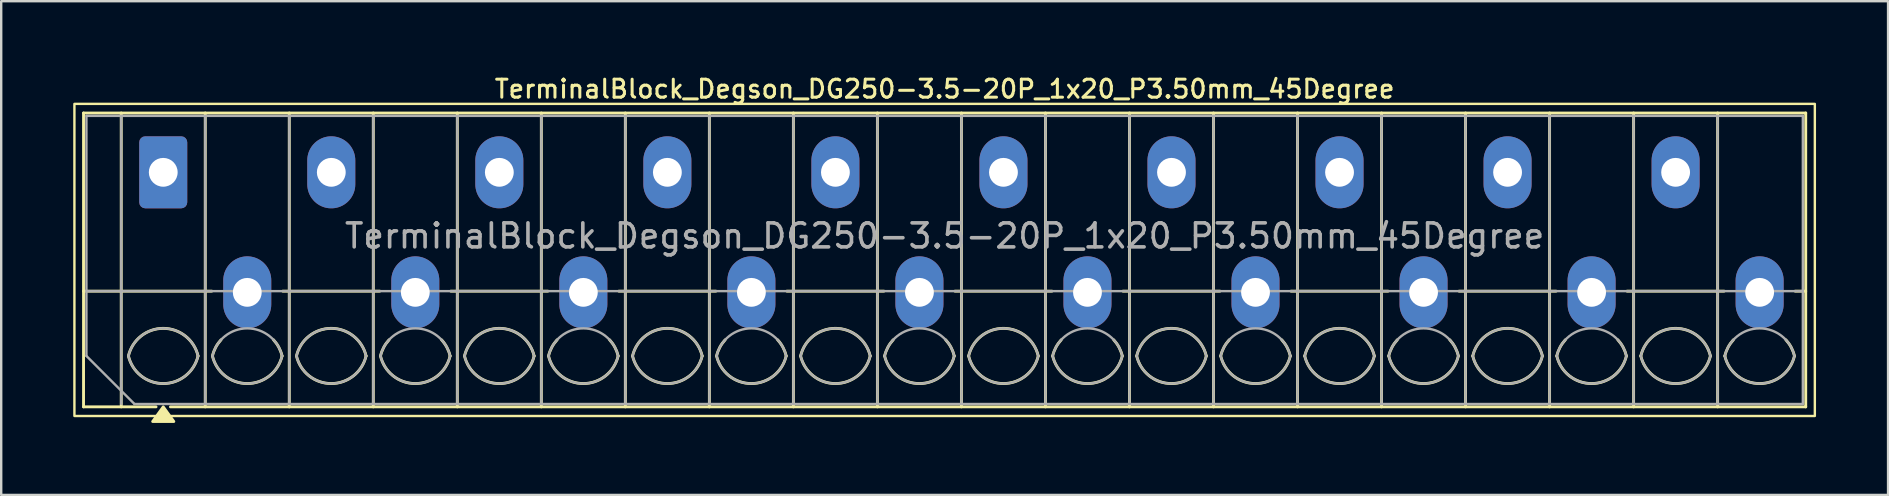
<source format=kicad_pcb>
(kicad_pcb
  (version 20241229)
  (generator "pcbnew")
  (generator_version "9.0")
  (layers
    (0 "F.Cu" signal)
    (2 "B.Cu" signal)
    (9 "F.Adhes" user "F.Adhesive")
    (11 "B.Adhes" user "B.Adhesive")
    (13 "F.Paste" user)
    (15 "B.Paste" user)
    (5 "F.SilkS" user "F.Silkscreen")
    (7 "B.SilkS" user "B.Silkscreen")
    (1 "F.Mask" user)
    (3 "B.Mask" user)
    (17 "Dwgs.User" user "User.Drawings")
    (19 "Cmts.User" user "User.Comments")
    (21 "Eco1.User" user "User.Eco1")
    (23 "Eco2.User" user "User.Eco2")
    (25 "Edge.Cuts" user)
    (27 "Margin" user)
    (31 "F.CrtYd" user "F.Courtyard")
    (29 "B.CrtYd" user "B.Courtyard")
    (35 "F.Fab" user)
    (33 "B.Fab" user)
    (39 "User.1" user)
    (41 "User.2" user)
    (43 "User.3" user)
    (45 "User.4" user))
  (footprint "TerminalBlock_Degson_DG250-3.5-20P_1x20_P3.50mm_45Degree"
    (layer "F.Cu")
    (at 3.75 4.128)
    (property "Reference" "TerminalBlock_Degson_DG250-3.5-20P_1x20_P3.50mm_45Degree" (at 32.55 -3.47 0) (layer "F.SilkS") (effects (font (size 0.75 0.75) (thickness 0.125))))
    (attr through_hole)
    (fp_line (start -3.32 -2.47) (end 68.42 -2.47) (stroke (width 0.12) (type solid)) (layer "F.SilkS"))
    (fp_line (start -3.32 4.95) (end 2.02 4.95) (stroke (width 0.12) (type solid)) (layer "F.SilkS"))
    (fp_line (start -3.32 9.77) (end -3.32 -2.47) (stroke (width 0.12) (type solid)) (layer "F.SilkS"))
    (fp_line (start -1.75 -2.47) (end -1.75 9.77) (stroke (width 0.12) (type solid)) (layer "F.SilkS"))
    (fp_line (start -0.3 9.77) (end -3.32 9.77) (stroke (width 0.12) (type solid)) (layer "F.SilkS"))
    (fp_line (start 1.75 -2.47) (end 1.75 9.77) (stroke (width 0.12) (type solid)) (layer "F.SilkS"))
    (fp_line (start 4.98 4.95) (end 9.02 4.95) (stroke (width 0.12) (type solid)) (layer "F.SilkS"))
    (fp_line (start 5.25 -2.47) (end 5.25 9.77) (stroke (width 0.12) (type solid)) (layer "F.SilkS"))
    (fp_line (start 8.75 -2.47) (end 8.75 9.77) (stroke (width 0.12) (type solid)) (layer "F.SilkS"))
    (fp_line (start 11.98 4.95) (end 16.02 4.95) (stroke (width 0.12) (type solid)) (layer "F.SilkS"))
    (fp_line (start 12.25 -2.47) (end 12.25 9.77) (stroke (width 0.12) (type solid)) (layer "F.SilkS"))
    (fp_line (start 15.75 -2.47) (end 15.75 9.77) (stroke (width 0.12) (type solid)) (layer "F.SilkS"))
    (fp_line (start 18.98 4.95) (end 23.02 4.95) (stroke (width 0.12) (type solid)) (layer "F.SilkS"))
    (fp_line (start 19.25 -2.47) (end 19.25 9.77) (stroke (width 0.12) (type solid)) (layer "F.SilkS"))
    (fp_line (start 22.75 -2.47) (end 22.75 9.77) (stroke (width 0.12) (type solid)) (layer "F.SilkS"))
    (fp_line (start 25.98 4.95) (end 30.02 4.95) (stroke (width 0.12) (type solid)) (layer "F.SilkS"))
    (fp_line (start 26.25 -2.47) (end 26.25 9.77) (stroke (width 0.12) (type solid)) (layer "F.SilkS"))
    (fp_line (start 29.75 -2.47) (end 29.75 9.77) (stroke (width 0.12) (type solid)) (layer "F.SilkS"))
    (fp_line (start 32.98 4.95) (end 37.02 4.95) (stroke (width 0.12) (type solid)) (layer "F.SilkS"))
    (fp_line (start 33.25 -2.47) (end 33.25 9.77) (stroke (width 0.12) (type solid)) (layer "F.SilkS"))
    (fp_line (start 36.75 -2.47) (end 36.75 9.77) (stroke (width 0.12) (type solid)) (layer "F.SilkS"))
    (fp_line (start 39.98 4.95) (end 44.02 4.95) (stroke (width 0.12) (type solid)) (layer "F.SilkS"))
    (fp_line (start 40.25 -2.47) (end 40.25 9.77) (stroke (width 0.12) (type solid)) (layer "F.SilkS"))
    (fp_line (start 43.75 -2.47) (end 43.75 9.77) (stroke (width 0.12) (type solid)) (layer "F.SilkS"))
    (fp_line (start 46.98 4.95) (end 51.02 4.95) (stroke (width 0.12) (type solid)) (layer "F.SilkS"))
    (fp_line (start 47.25 -2.47) (end 47.25 9.77) (stroke (width 0.12) (type solid)) (layer "F.SilkS"))
    (fp_line (start 50.75 -2.47) (end 50.75 9.77) (stroke (width 0.12) (type solid)) (layer "F.SilkS"))
    (fp_line (start 53.98 4.95) (end 58.02 4.95) (stroke (width 0.12) (type solid)) (layer "F.SilkS"))
    (fp_line (start 54.25 -2.47) (end 54.25 9.77) (stroke (width 0.12) (type solid)) (layer "F.SilkS"))
    (fp_line (start 57.75 -2.47) (end 57.75 9.77) (stroke (width 0.12) (type solid)) (layer "F.SilkS"))
    (fp_line (start 60.98 4.95) (end 65.02 4.95) (stroke (width 0.12) (type solid)) (layer "F.SilkS"))
    (fp_line (start 61.25 -2.47) (end 61.25 9.77) (stroke (width 0.12) (type solid)) (layer "F.SilkS"))
    (fp_line (start 64.75 -2.47) (end 64.75 9.77) (stroke (width 0.12) (type solid)) (layer "F.SilkS"))
    (fp_line (start 67.98 4.95) (end 68.42 4.95) (stroke (width 0.12) (type solid)) (layer "F.SilkS"))
    (fp_line (start 68.42 -2.47) (end 68.42 9.77) (stroke (width 0.12) (type solid)) (layer "F.SilkS"))
    (fp_line (start 68.42 9.77) (end 0.3 9.77) (stroke (width 0.12) (type solid)) (layer "F.SilkS"))
    (fp_rect (start -3.7 -2.85) (end 68.8 10.15) (stroke (width 0.1) (type solid)) (fill no) (layer "F.SilkS"))
    (fp_arc (start -1.45 7.65) (mid 0 6.5) (end 1.45 7.65) (stroke (width 0.12) (type solid)) (layer "F.SilkS"))
    (fp_arc (start 1.45 7.65) (mid 0 8.8) (end -1.45 7.65) (stroke (width 0.12) (type solid)) (layer "F.SilkS"))
    (fp_arc (start 2.05 7.65) (mid 2.18402 7.291962) (end 2.405 6.98) (stroke (width 0.12) (type solid)) (layer "F.SilkS"))
    (fp_arc (start 4.595 6.98) (mid 4.81598 7.291962) (end 4.95 7.65) (stroke (width 0.12) (type solid)) (layer "F.SilkS"))
    (fp_arc (start 4.95 7.65) (mid 3.5 8.8) (end 2.05 7.65) (stroke (width 0.12) (type solid)) (layer "F.SilkS"))
    (fp_arc (start 5.55 7.65) (mid 7 6.5) (end 8.45 7.65) (stroke (width 0.12) (type solid)) (layer "F.SilkS"))
    (fp_arc (start 8.45 7.65) (mid 7 8.8) (end 5.55 7.65) (stroke (width 0.12) (type solid)) (layer "F.SilkS"))
    (fp_arc (start 9.05 7.65) (mid 9.18402 7.291962) (end 9.405 6.98) (stroke (width 0.12) (type solid)) (layer "F.SilkS"))
    (fp_arc (start 11.595 6.98) (mid 11.81598 7.291962) (end 11.95 7.65) (stroke (width 0.12) (type solid)) (layer "F.SilkS"))
    (fp_arc (start 11.95 7.65) (mid 10.5 8.8) (end 9.05 7.65) (stroke (width 0.12) (type solid)) (layer "F.SilkS"))
    (fp_arc (start 12.55 7.65) (mid 14 6.5) (end 15.45 7.65) (stroke (width 0.12) (type solid)) (layer "F.SilkS"))
    (fp_arc (start 15.45 7.65) (mid 14 8.8) (end 12.55 7.65) (stroke (width 0.12) (type solid)) (layer "F.SilkS"))
    (fp_arc (start 16.05 7.65) (mid 16.18402 7.291962) (end 16.405 6.98) (stroke (width 0.12) (type solid)) (layer "F.SilkS"))
    (fp_arc (start 18.595 6.98) (mid 18.81598 7.291962) (end 18.95 7.65) (stroke (width 0.12) (type solid)) (layer "F.SilkS"))
    (fp_arc (start 18.95 7.65) (mid 17.5 8.8) (end 16.05 7.65) (stroke (width 0.12) (type solid)) (layer "F.SilkS"))
    (fp_arc (start 19.55 7.65) (mid 21 6.5) (end 22.45 7.65) (stroke (width 0.12) (type solid)) (layer "F.SilkS"))
    (fp_arc (start 22.45 7.65) (mid 21 8.8) (end 19.55 7.65) (stroke (width 0.12) (type solid)) (layer "F.SilkS"))
    (fp_arc (start 23.05 7.65) (mid 23.18402 7.291962) (end 23.405 6.98) (stroke (width 0.12) (type solid)) (layer "F.SilkS"))
    (fp_arc (start 25.595 6.98) (mid 25.81598 7.291962) (end 25.95 7.65) (stroke (width 0.12) (type solid)) (layer "F.SilkS"))
    (fp_arc (start 25.95 7.65) (mid 24.5 8.8) (end 23.05 7.65) (stroke (width 0.12) (type solid)) (layer "F.SilkS"))
    (fp_arc (start 26.55 7.65) (mid 28 6.5) (end 29.45 7.65) (stroke (width 0.12) (type solid)) (layer "F.SilkS"))
    (fp_arc (start 29.45 7.65) (mid 28 8.8) (end 26.55 7.65) (stroke (width 0.12) (type solid)) (layer "F.SilkS"))
    (fp_arc (start 30.05 7.65) (mid 30.18402 7.291962) (end 30.405 6.98) (stroke (width 0.12) (type solid)) (layer "F.SilkS"))
    (fp_arc (start 32.595 6.98) (mid 32.81598 7.291962) (end 32.95 7.65) (stroke (width 0.12) (type solid)) (layer "F.SilkS"))
    (fp_arc (start 32.95 7.65) (mid 31.5 8.8) (end 30.05 7.65) (stroke (width 0.12) (type solid)) (layer "F.SilkS"))
    (fp_arc (start 33.55 7.65) (mid 35 6.5) (end 36.45 7.65) (stroke (width 0.12) (type solid)) (layer "F.SilkS"))
    (fp_arc (start 36.45 7.65) (mid 35 8.8) (end 33.55 7.65) (stroke (width 0.12) (type solid)) (layer "F.SilkS"))
    (fp_arc (start 37.05 7.65) (mid 37.18402 7.291962) (end 37.405 6.98) (stroke (width 0.12) (type solid)) (layer "F.SilkS"))
    (fp_arc (start 39.595 6.98) (mid 39.81598 7.291962) (end 39.95 7.65) (stroke (width 0.12) (type solid)) (layer "F.SilkS"))
    (fp_arc (start 39.95 7.65) (mid 38.5 8.8) (end 37.05 7.65) (stroke (width 0.12) (type solid)) (layer "F.SilkS"))
    (fp_arc (start 40.55 7.65) (mid 42 6.5) (end 43.45 7.65) (stroke (width 0.12) (type solid)) (layer "F.SilkS"))
    (fp_arc (start 43.45 7.65) (mid 42 8.8) (end 40.55 7.65) (stroke (width 0.12) (type solid)) (layer "F.SilkS"))
    (fp_arc (start 44.05 7.65) (mid 44.18402 7.291962) (end 44.405 6.98) (stroke (width 0.12) (type solid)) (layer "F.SilkS"))
    (fp_arc (start 46.595 6.98) (mid 46.81598 7.291962) (end 46.95 7.65) (stroke (width 0.12) (type solid)) (layer "F.SilkS"))
    (fp_arc (start 46.95 7.65) (mid 45.5 8.8) (end 44.05 7.65) (stroke (width 0.12) (type solid)) (layer "F.SilkS"))
    (fp_arc (start 47.55 7.65) (mid 49 6.5) (end 50.45 7.65) (stroke (width 0.12) (type solid)) (layer "F.SilkS"))
    (fp_arc (start 50.45 7.65) (mid 49 8.8) (end 47.55 7.65) (stroke (width 0.12) (type solid)) (layer "F.SilkS"))
    (fp_arc (start 51.05 7.65) (mid 51.18402 7.291962) (end 51.405 6.98) (stroke (width 0.12) (type solid)) (layer "F.SilkS"))
    (fp_arc (start 53.595 6.98) (mid 53.81598 7.291962) (end 53.95 7.65) (stroke (width 0.12) (type solid)) (layer "F.SilkS"))
    (fp_arc (start 53.95 7.65) (mid 52.5 8.8) (end 51.05 7.65) (stroke (width 0.12) (type solid)) (layer "F.SilkS"))
    (fp_arc (start 54.55 7.65) (mid 56 6.5) (end 57.45 7.65) (stroke (width 0.12) (type solid)) (layer "F.SilkS"))
    (fp_arc (start 57.45 7.65) (mid 56 8.8) (end 54.55 7.65) (stroke (width 0.12) (type solid)) (layer "F.SilkS"))
    (fp_arc (start 58.05 7.65) (mid 58.18402 7.291962) (end 58.405 6.98) (stroke (width 0.12) (type solid)) (layer "F.SilkS"))
    (fp_arc (start 60.595 6.98) (mid 60.81598 7.291962) (end 60.95 7.65) (stroke (width 0.12) (type solid)) (layer "F.SilkS"))
    (fp_arc (start 60.95 7.65) (mid 59.5 8.8) (end 58.05 7.65) (stroke (width 0.12) (type solid)) (layer "F.SilkS"))
    (fp_arc (start 61.55 7.65) (mid 63 6.5) (end 64.45 7.65) (stroke (width 0.12) (type solid)) (layer "F.SilkS"))
    (fp_arc (start 64.45 7.65) (mid 63 8.8) (end 61.55 7.65) (stroke (width 0.12) (type solid)) (layer "F.SilkS"))
    (fp_arc (start 65.05 7.65) (mid 65.18402 7.291962) (end 65.405 6.98) (stroke (width 0.12) (type solid)) (layer "F.SilkS"))
    (fp_arc (start 67.595 6.98) (mid 67.81598 7.291962) (end 67.95 7.65) (stroke (width 0.12) (type solid)) (layer "F.SilkS"))
    (fp_arc (start 67.95 7.65) (mid 66.5 8.8) (end 65.05 7.65) (stroke (width 0.12) (type solid)) (layer "F.SilkS"))
    (fp_poly (pts (xy 0 9.77) (xy 0.44 10.38) (xy -0.44 10.38)) (stroke (width 0.12) (type solid)) (fill yes) (layer "F.SilkS"))
    (fp_line (start -3.2 -2.35) (end 68.3 -2.35) (stroke (width 0.1) (type solid)) (layer "F.Fab"))
    (fp_line (start -3.2 4.95) (end 68.3 4.95) (stroke (width 0.1) (type solid)) (layer "F.Fab"))
    (fp_line (start -3.2 7.65) (end -3.2 -2.35) (stroke (width 0.1) (type solid)) (layer "F.Fab"))
    (fp_line (start -1.75 -2.35) (end -1.75 9.65) (stroke (width 0.1) (type solid)) (layer "F.Fab"))
    (fp_line (start -1.2 9.65) (end -3.2 7.65) (stroke (width 0.1) (type solid)) (layer "F.Fab"))
    (fp_line (start 1.75 -2.35) (end 1.75 9.65) (stroke (width 0.1) (type solid)) (layer "F.Fab"))
    (fp_line (start 5.25 -2.35) (end 5.25 9.65) (stroke (width 0.1) (type solid)) (layer "F.Fab"))
    (fp_line (start 8.75 -2.35) (end 8.75 9.65) (stroke (width 0.1) (type solid)) (layer "F.Fab"))
    (fp_line (start 12.25 -2.35) (end 12.25 9.65) (stroke (width 0.1) (type solid)) (layer "F.Fab"))
    (fp_line (start 15.75 -2.35) (end 15.75 9.65) (stroke (width 0.1) (type solid)) (layer "F.Fab"))
    (fp_line (start 19.25 -2.35) (end 19.25 9.65) (stroke (width 0.1) (type solid)) (layer "F.Fab"))
    (fp_line (start 22.75 -2.35) (end 22.75 9.65) (stroke (width 0.1) (type solid)) (layer "F.Fab"))
    (fp_line (start 26.25 -2.35) (end 26.25 9.65) (stroke (width 0.1) (type solid)) (layer "F.Fab"))
    (fp_line (start 29.75 -2.35) (end 29.75 9.65) (stroke (width 0.1) (type solid)) (layer "F.Fab"))
    (fp_line (start 33.25 -2.35) (end 33.25 9.65) (stroke (width 0.1) (type solid)) (layer "F.Fab"))
    (fp_line (start 36.75 -2.35) (end 36.75 9.65) (stroke (width 0.1) (type solid)) (layer "F.Fab"))
    (fp_line (start 40.25 -2.35) (end 40.25 9.65) (stroke (width 0.1) (type solid)) (layer "F.Fab"))
    (fp_line (start 43.75 -2.35) (end 43.75 9.65) (stroke (width 0.1) (type solid)) (layer "F.Fab"))
    (fp_line (start 47.25 -2.35) (end 47.25 9.65) (stroke (width 0.1) (type solid)) (layer "F.Fab"))
    (fp_line (start 50.75 -2.35) (end 50.75 9.65) (stroke (width 0.1) (type solid)) (layer "F.Fab"))
    (fp_line (start 54.25 -2.35) (end 54.25 9.65) (stroke (width 0.1) (type solid)) (layer "F.Fab"))
    (fp_line (start 57.75 -2.35) (end 57.75 9.65) (stroke (width 0.1) (type solid)) (layer "F.Fab"))
    (fp_line (start 61.25 -2.35) (end 61.25 9.65) (stroke (width 0.1) (type solid)) (layer "F.Fab"))
    (fp_line (start 64.75 -2.35) (end 64.75 9.65) (stroke (width 0.1) (type solid)) (layer "F.Fab"))
    (fp_line (start 68.3 -2.35) (end 68.3 9.65) (stroke (width 0.1) (type solid)) (layer "F.Fab"))
    (fp_line (start 68.3 9.65) (end -1.2 9.65) (stroke (width 0.1) (type solid)) (layer "F.Fab"))
    (fp_arc (start -1.45 7.65) (mid 0 6.5) (end 1.45 7.65) (stroke (width 0.1) (type solid)) (layer "F.Fab"))
    (fp_arc (start 1.45 7.65) (mid 0 8.8) (end -1.45 7.65) (stroke (width 0.1) (type solid)) (layer "F.Fab"))
    (fp_arc (start 2.05 7.65) (mid 3.5 6.5) (end 4.95 7.65) (stroke (width 0.1) (type solid)) (layer "F.Fab"))
    (fp_arc (start 4.95 7.65) (mid 3.5 8.8) (end 2.05 7.65) (stroke (width 0.1) (type solid)) (layer "F.Fab"))
    (fp_arc (start 5.55 7.65) (mid 7 6.5) (end 8.45 7.65) (stroke (width 0.1) (type solid)) (layer "F.Fab"))
    (fp_arc (start 8.45 7.65) (mid 7 8.8) (end 5.55 7.65) (stroke (width 0.1) (type solid)) (layer "F.Fab"))
    (fp_arc (start 9.05 7.65) (mid 10.5 6.5) (end 11.95 7.65) (stroke (width 0.1) (type solid)) (layer "F.Fab"))
    (fp_arc (start 11.95 7.65) (mid 10.5 8.8) (end 9.05 7.65) (stroke (width 0.1) (type solid)) (layer "F.Fab"))
    (fp_arc (start 12.55 7.65) (mid 14 6.5) (end 15.45 7.65) (stroke (width 0.1) (type solid)) (layer "F.Fab"))
    (fp_arc (start 15.45 7.65) (mid 14 8.8) (end 12.55 7.65) (stroke (width 0.1) (type solid)) (layer "F.Fab"))
    (fp_arc (start 16.05 7.65) (mid 17.5 6.5) (end 18.95 7.65) (stroke (width 0.1) (type solid)) (layer "F.Fab"))
    (fp_arc (start 18.95 7.65) (mid 17.5 8.8) (end 16.05 7.65) (stroke (width 0.1) (type solid)) (layer "F.Fab"))
    (fp_arc (start 19.55 7.65) (mid 21 6.5) (end 22.45 7.65) (stroke (width 0.1) (type solid)) (layer "F.Fab"))
    (fp_arc (start 22.45 7.65) (mid 21 8.8) (end 19.55 7.65) (stroke (width 0.1) (type solid)) (layer "F.Fab"))
    (fp_arc (start 23.05 7.65) (mid 24.5 6.5) (end 25.95 7.65) (stroke (width 0.1) (type solid)) (layer "F.Fab"))
    (fp_arc (start 25.95 7.65) (mid 24.5 8.8) (end 23.05 7.65) (stroke (width 0.1) (type solid)) (layer "F.Fab"))
    (fp_arc (start 26.55 7.65) (mid 28 6.5) (end 29.45 7.65) (stroke (width 0.1) (type solid)) (layer "F.Fab"))
    (fp_arc (start 29.45 7.65) (mid 28 8.8) (end 26.55 7.65) (stroke (width 0.1) (type solid)) (layer "F.Fab"))
    (fp_arc (start 30.05 7.65) (mid 31.5 6.5) (end 32.95 7.65) (stroke (width 0.1) (type solid)) (layer "F.Fab"))
    (fp_arc (start 32.95 7.65) (mid 31.5 8.8) (end 30.05 7.65) (stroke (width 0.1) (type solid)) (layer "F.Fab"))
    (fp_arc (start 33.55 7.65) (mid 35 6.5) (end 36.45 7.65) (stroke (width 0.1) (type solid)) (layer "F.Fab"))
    (fp_arc (start 36.45 7.65) (mid 35 8.8) (end 33.55 7.65) (stroke (width 0.1) (type solid)) (layer "F.Fab"))
    (fp_arc (start 37.05 7.65) (mid 38.5 6.5) (end 39.95 7.65) (stroke (width 0.1) (type solid)) (layer "F.Fab"))
    (fp_arc (start 39.95 7.65) (mid 38.5 8.8) (end 37.05 7.65) (stroke (width 0.1) (type solid)) (layer "F.Fab"))
    (fp_arc (start 40.55 7.65) (mid 42 6.5) (end 43.45 7.65) (stroke (width 0.1) (type solid)) (layer "F.Fab"))
    (fp_arc (start 43.45 7.65) (mid 42 8.8) (end 40.55 7.65) (stroke (width 0.1) (type solid)) (layer "F.Fab"))
    (fp_arc (start 44.05 7.65) (mid 45.5 6.5) (end 46.95 7.65) (stroke (width 0.1) (type solid)) (layer "F.Fab"))
    (fp_arc (start 46.95 7.65) (mid 45.5 8.8) (end 44.05 7.65) (stroke (width 0.1) (type solid)) (layer "F.Fab"))
    (fp_arc (start 47.55 7.65) (mid 49 6.5) (end 50.45 7.65) (stroke (width 0.1) (type solid)) (layer "F.Fab"))
    (fp_arc (start 50.45 7.65) (mid 49 8.8) (end 47.55 7.65) (stroke (width 0.1) (type solid)) (layer "F.Fab"))
    (fp_arc (start 51.05 7.65) (mid 52.5 6.5) (end 53.95 7.65) (stroke (width 0.1) (type solid)) (layer "F.Fab"))
    (fp_arc (start 53.95 7.65) (mid 52.5 8.8) (end 51.05 7.65) (stroke (width 0.1) (type solid)) (layer "F.Fab"))
    (fp_arc (start 54.55 7.65) (mid 56 6.5) (end 57.45 7.65) (stroke (width 0.1) (type solid)) (layer "F.Fab"))
    (fp_arc (start 57.45 7.65) (mid 56 8.8) (end 54.55 7.65) (stroke (width 0.1) (type solid)) (layer "F.Fab"))
    (fp_arc (start 58.05 7.65) (mid 59.5 6.5) (end 60.95 7.65) (stroke (width 0.1) (type solid)) (layer "F.Fab"))
    (fp_arc (start 60.95 7.65) (mid 59.5 8.8) (end 58.05 7.65) (stroke (width 0.1) (type solid)) (layer "F.Fab"))
    (fp_arc (start 61.55 7.65) (mid 63 6.5) (end 64.45 7.65) (stroke (width 0.1) (type solid)) (layer "F.Fab"))
    (fp_arc (start 64.45 7.65) (mid 63 8.8) (end 61.55 7.65) (stroke (width 0.1) (type solid)) (layer "F.Fab"))
    (fp_arc (start 65.05 7.65) (mid 66.5 6.5) (end 67.95 7.65) (stroke (width 0.1) (type solid)) (layer "F.Fab"))
    (fp_arc (start 67.95 7.65) (mid 66.5 8.8) (end 65.05 7.65) (stroke (width 0.1) (type solid)) (layer "F.Fab"))
    (fp_text user "${REFERENCE}" (at 32.55 2.65 0) (layer "F.Fab") (effects (font (size 1 1) (thickness 0.15))))
    (pad "1" thru_hole roundrect (at 0 0) (size 2 3) (drill 1.2) (layers "*.Cu" "*.Mask") (roundrect_rratio 0.125))
    (pad "2" thru_hole oval (at 3.5 5) (size 2 3) (drill 1.2) (layers "*.Cu" "*.Mask"))
    (pad "3" thru_hole oval (at 7 0) (size 2 3) (drill 1.2) (layers "*.Cu" "*.Mask"))
    (pad "4" thru_hole oval (at 10.5 5) (size 2 3) (drill 1.2) (layers "*.Cu" "*.Mask"))
    (pad "5" thru_hole oval (at 14 0) (size 2 3) (drill 1.2) (layers "*.Cu" "*.Mask"))
    (pad "6" thru_hole oval (at 17.5 5) (size 2 3) (drill 1.2) (layers "*.Cu" "*.Mask"))
    (pad "7" thru_hole oval (at 21 0) (size 2 3) (drill 1.2) (layers "*.Cu" "*.Mask"))
    (pad "8" thru_hole oval (at 24.5 5) (size 2 3) (drill 1.2) (layers "*.Cu" "*.Mask"))
    (pad "9" thru_hole oval (at 28 0) (size 2 3) (drill 1.2) (layers "*.Cu" "*.Mask"))
    (pad "10" thru_hole oval (at 31.5 5) (size 2 3) (drill 1.2) (layers "*.Cu" "*.Mask"))
    (pad "11" thru_hole oval (at 35 0) (size 2 3) (drill 1.2) (layers "*.Cu" "*.Mask"))
    (pad "12" thru_hole oval (at 38.5 5) (size 2 3) (drill 1.2) (layers "*.Cu" "*.Mask"))
    (pad "13" thru_hole oval (at 42 0) (size 2 3) (drill 1.2) (layers "*.Cu" "*.Mask"))
    (pad "14" thru_hole oval (at 45.5 5) (size 2 3) (drill 1.2) (layers "*.Cu" "*.Mask"))
    (pad "15" thru_hole oval (at 49 0) (size 2 3) (drill 1.2) (layers "*.Cu" "*.Mask"))
    (pad "16" thru_hole oval (at 52.5 5) (size 2 3) (drill 1.2) (layers "*.Cu" "*.Mask"))
    (pad "17" thru_hole oval (at 56 0) (size 2 3) (drill 1.2) (layers "*.Cu" "*.Mask"))
    (pad "18" thru_hole oval (at 59.5 5) (size 2 3) (drill 1.2) (layers "*.Cu" "*.Mask"))
    (pad "19" thru_hole oval (at 63 0) (size 2 3) (drill 1.2) (layers "*.Cu" "*.Mask"))
    (pad "20" thru_hole oval (at 66.5 5) (size 2 3) (drill 1.2) (layers "*.Cu" "*.Mask")))
  (gr_rect
    (start -3 -3)
    (end 75.6 17.568)
    (stroke (width 0.1) (type default))
    (fill no)
    (layer "Edge.Cuts")))
</source>
